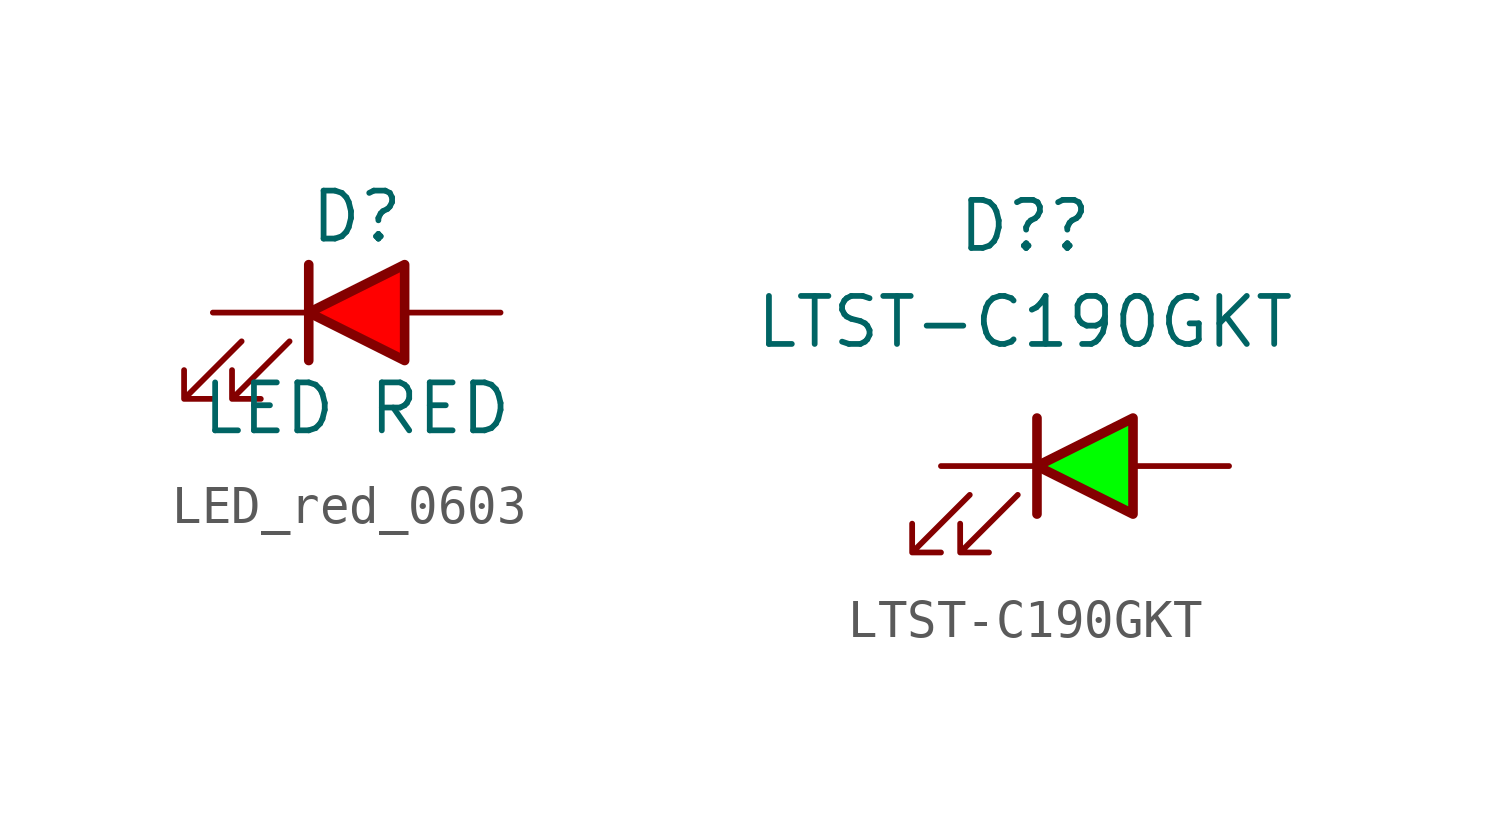
<source format=kicad_sym>
(kicad_symbol_lib
  (version 20220914)
  (generator kicad_symbol_editor)
  (symbol "LED_red_0603"
    (pin_numbers hide)
    (pin_names
      (offset 1.016) hide)
    (property "Reference" "D"
      (at 0 2.54 0)
      (effects (font (size 1.27 1.27))))
    (property "Value" "LED RED"
      (at 0 -2.54 0)
      (effects (font (size 1.27 1.27))))
    (symbol "LED_red_0603_0_1"
      (polyline (pts (xy -1.27 -1.27) (xy -1.27 1.27)) (stroke (width 0.254) (type default)) (fill (type none)))
      (polyline (pts (xy -3.048 -0.762) (xy -4.572 -2.286) (xy -3.81 -2.286) (xy -4.572 -2.286) (xy -4.572 -1.524)) (stroke (width 0) (type default)) (fill (type none)))
      (polyline (pts (xy -1.778 -0.762) (xy -3.302 -2.286) (xy -2.54 -2.286) (xy -3.302 -2.286) (xy -3.302 -1.524)) (stroke (width 0) (type default)) (fill (type none))))
    (symbol "LED_red_0603_1_1"
      (polyline (pts (xy 1.27 -1.27) (xy 1.27 1.27) (xy -1.27 0) (xy 1.27 -1.27)) (stroke (width 0.254) (type default)) (fill (type color) (color 255 0 0 1)))
      (pin passive line (at -3.81 0 0) (length 2.54) (name "K" (effects (font (size 1.27 1.27)))) (number "1" (effects (font (size 1.27 1.27)))))
      (pin passive line (at 3.81 0 180) (length 2.54) (name "A" (effects (font (size 1.27 1.27)))) (number "2" (effects (font (size 1.27 1.27)))))))
  (symbol "LTST-C190GKT"
    (pin_numbers hide)
    (pin_names
      (offset 1.016) hide)
    (property "Reference" "D?"
      (at -1.587 6.35 0)
      (effects (font (size 1.27 1.27))))
    (property "Value" "LTST-C190GKT"
      (at -1.587 3.81 0)
      (effects (font (size 1.27 1.27))))
    (symbol "LTST-C190GKT_0_1"
      (polyline (pts (xy -1.27 -1.27) (xy -1.27 1.27)) (stroke (width 0.254) (type default)) (fill (type none)))
      (polyline (pts (xy -3.048 -0.762) (xy -4.572 -2.286) (xy -3.81 -2.286) (xy -4.572 -2.286) (xy -4.572 -1.524)) (stroke (width 0) (type default)) (fill (type none)))
      (polyline (pts (xy -1.778 -0.762) (xy -3.302 -2.286) (xy -2.54 -2.286) (xy -3.302 -2.286) (xy -3.302 -1.524)) (stroke (width 0) (type default)) (fill (type none))))
    (symbol "LTST-C190GKT_1_1"
      (polyline (pts (xy 1.27 -1.27) (xy 1.27 1.27) (xy -1.27 0) (xy 1.27 -1.27)) (stroke (width 0.254) (type default)) (fill (type color) (color 0 255 0 1)))
      (pin passive line (at -3.81 0 0) (length 2.54) (name "K" (effects (font (size 1.27 1.27)))) (number "1" (effects (font (size 1.27 1.27)))))
      (pin passive line (at 3.81 0 180) (length 2.54) (name "A" (effects (font (size 1.27 1.27)))) (number "2" (effects (font (size 1.27 1.27))))))))
</source>
